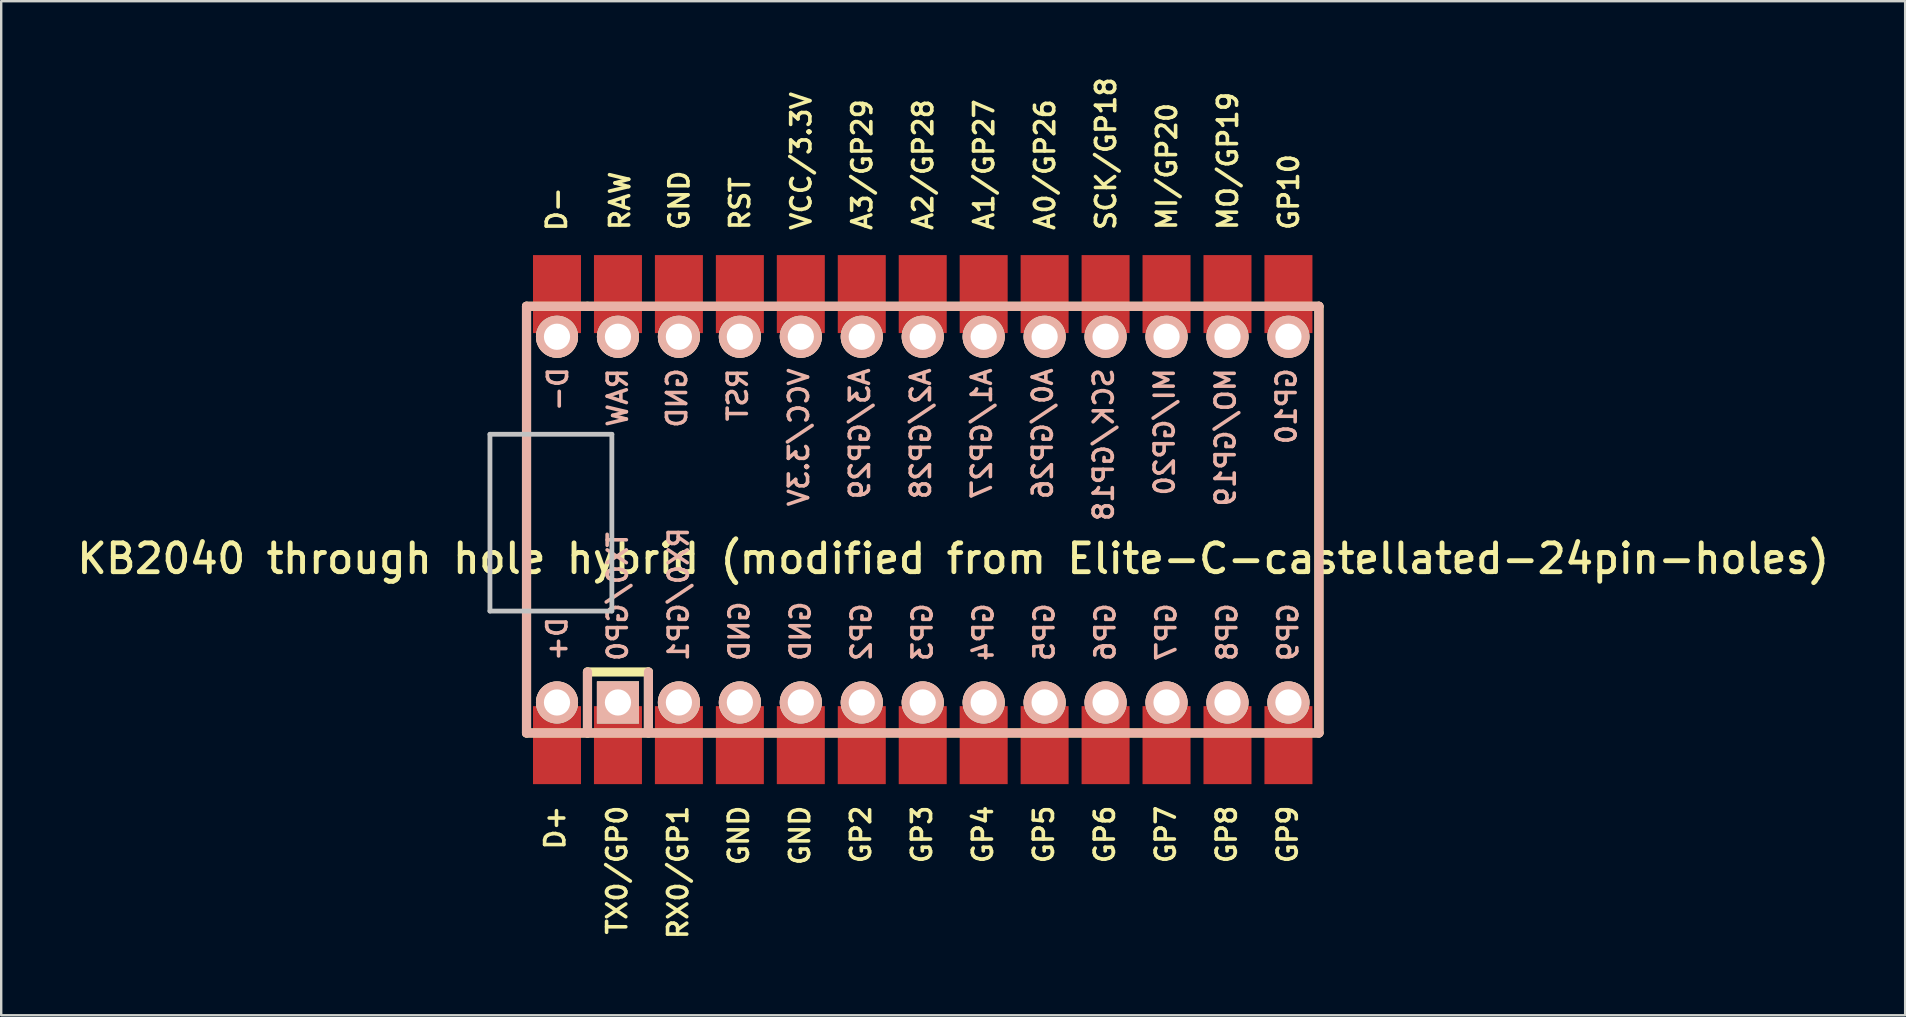
<source format=kicad_pcb>
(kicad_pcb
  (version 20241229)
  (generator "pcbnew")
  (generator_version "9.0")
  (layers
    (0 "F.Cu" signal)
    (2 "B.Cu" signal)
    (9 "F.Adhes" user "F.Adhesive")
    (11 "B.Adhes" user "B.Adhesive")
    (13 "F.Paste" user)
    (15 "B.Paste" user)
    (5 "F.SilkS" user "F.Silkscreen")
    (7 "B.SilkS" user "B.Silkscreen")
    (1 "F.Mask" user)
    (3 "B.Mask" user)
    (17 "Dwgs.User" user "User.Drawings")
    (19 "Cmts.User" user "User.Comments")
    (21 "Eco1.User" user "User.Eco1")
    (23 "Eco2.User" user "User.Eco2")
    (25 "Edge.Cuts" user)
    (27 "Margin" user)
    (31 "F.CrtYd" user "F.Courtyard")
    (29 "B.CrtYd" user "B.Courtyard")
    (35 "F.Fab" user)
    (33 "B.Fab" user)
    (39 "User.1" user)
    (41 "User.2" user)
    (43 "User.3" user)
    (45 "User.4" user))
  (footprint "KB2040 through hole hybrid (modified from Elite-C-castellated-24pin-holes)"
    (layer "F.Cu")
    (at 36.671 18.603)
    (property "Reference" "KB2040 through hole hybrid (modified from Elite-C-castellated-24pin-holes)" (at 0 1.625 0) (layer "F.SilkS") (effects (font (size 1.2 1.2) (thickness 0.203))))
    (attr through_hole)
    (fp_line (start -17.78 -8.89) (end -17.78 8.89) (stroke (width 0.381) (type solid)) (layer "F.SilkS"))
    (fp_line (start -17.78 8.89) (end -15.24 8.89) (stroke (width 0.381) (type solid)) (layer "F.SilkS"))
    (fp_line (start -15.24 -8.89) (end -17.78 -8.89) (stroke (width 0.381) (type solid)) (layer "F.SilkS"))
    (fp_line (start -15.24 6.35) (end -15.24 8.89) (stroke (width 0.381) (type solid)) (layer "F.SilkS"))
    (fp_line (start -15.24 6.35) (end -12.7 6.35) (stroke (width 0.381) (type solid)) (layer "F.SilkS"))
    (fp_line (start -15.24 8.89) (end 15.24 8.89) (stroke (width 0.381) (type solid)) (layer "F.SilkS"))
    (fp_line (start -12.7 6.35) (end -12.7 8.89) (stroke (width 0.381) (type solid)) (layer "F.SilkS"))
    (fp_line (start 15.24 -8.89) (end -15.24 -8.89) (stroke (width 0.381) (type solid)) (layer "F.SilkS"))
    (fp_line (start 15.24 8.89) (end 15.24 -8.89) (stroke (width 0.381) (type solid)) (layer "F.SilkS"))
    (fp_line (start -17.78 -8.89) (end -17.78 8.89) (stroke (width 0.381) (type solid)) (layer "B.SilkS"))
    (fp_line (start -17.78 8.89) (end 15.24 8.89) (stroke (width 0.381) (type solid)) (layer "B.SilkS"))
    (fp_line (start -15.24 6.35) (end -15.24 8.89) (stroke (width 0.381) (type solid)) (layer "B.SilkS"))
    (fp_line (start -12.7 6.35) (end -12.7 8.89) (stroke (width 0.381) (type solid)) (layer "B.SilkS"))
    (fp_line (start 15.24 -8.89) (end -17.78 -8.89) (stroke (width 0.381) (type solid)) (layer "B.SilkS"))
    (fp_line (start 15.24 8.89) (end 15.24 -8.89) (stroke (width 0.381) (type solid)) (layer "B.SilkS"))
    (fp_line (start -19.304 -3.556) (end -14.224 -3.556) (stroke (width 0.2) (type solid)) (layer "Dwgs.User"))
    (fp_line (start -19.304 3.81) (end -19.304 -3.556) (stroke (width 0.2) (type solid)) (layer "Dwgs.User"))
    (fp_line (start -14.224 -3.556) (end -14.224 3.81) (stroke (width 0.2) (type solid)) (layer "Dwgs.User"))
    (fp_line (start -14.224 3.81) (end -19.304 3.81) (stroke (width 0.2) (type solid)) (layer "Dwgs.User"))
    (fp_text user "A2/GP28" (at -1.255 -11.989 90) (layer "F.SilkS") (effects (font (size 0.8 0.8) (thickness 0.15)) (justify left)))
    (fp_text user "RAW" (at -13.885 -11.989 90) (layer "F.SilkS") (effects (font (size 0.8 0.8) (thickness 0.15)) (justify left)))
    (fp_text user "GP4" (at 1.234 11.84 90) (layer "F.SilkS") (effects (font (size 0.8 0.8) (thickness 0.15)) (justify right)))
    (fp_text user "RST" (at -8.884 -11.989 90) (layer "F.SilkS") (effects (font (size 0.8 0.8) (thickness 0.15)) (justify left)))
    (fp_text user "GND" (at -8.936 11.84 90) (layer "F.SilkS") (effects (font (size 0.8 0.8) (thickness 0.15)) (justify right)))
    (fp_text user "A1/GP27" (at 1.285 -11.989 90) (layer "F.SilkS") (effects (font (size 0.8 0.8) (thickness 0.15)) (justify left)))
    (fp_text user "GND" (at -11.415 -11.989 90) (layer "F.SilkS") (effects (font (size 0.8 0.8) (thickness 0.15)) (justify left)))
    (fp_text user "GP7" (at 8.854 11.84 90) (layer "F.SilkS") (effects (font (size 0.8 0.8) (thickness 0.15)) (justify right)))
    (fp_text user "SCK/GP18" (at 6.365 -11.989 90) (layer "F.SilkS") (effects (font (size 0.8 0.8) (thickness 0.15)) (justify left)))
    (fp_text user "MO/GP19" (at 11.445 -11.989 90) (layer "F.SilkS") (effects (font (size 0.8 0.8) (thickness 0.15)) (justify left)))
    (fp_text user "A0/GP26" (at 3.825 -11.989 90) (layer "F.SilkS") (effects (font (size 0.8 0.8) (thickness 0.15)) (justify left)))
    (fp_text user "GP3" (at -1.306 11.84 90) (layer "F.SilkS") (effects (font (size 0.8 0.8) (thickness 0.15)) (justify right)))
    (fp_text user "D-" (at -16.521 -13.93 90) (layer "F.SilkS") (effects (font (size 0.8 0.8) (thickness 0.15)) (justify right)))
    (fp_text user "GP10" (at 13.985 -11.989 90) (layer "F.SilkS") (effects (font (size 0.8 0.8) (thickness 0.15)) (justify left)))
    (fp_text user "GP8" (at 11.394 11.84 90) (layer "F.SilkS") (effects (font (size 0.8 0.8) (thickness 0.15)) (justify right)))
    (fp_text user "TX0/GP0" (at -14.006 11.84 90) (layer "F.SilkS") (effects (font (size 0.8 0.8) (thickness 0.15)) (justify right)))
    (fp_text user "VCC/3.3V" (at -6.335 -11.989 90) (layer "F.SilkS") (effects (font (size 0.8 0.8) (thickness 0.15)) (justify left)))
    (fp_text user "GND" (at -6.386 11.84 90) (layer "F.SilkS") (effects (font (size 0.8 0.8) (thickness 0.15)) (justify right)))
    (fp_text user "RX0/GP1" (at -11.466 11.84 90) (layer "F.SilkS") (effects (font (size 0.8 0.8) (thickness 0.15)) (justify right)))
    (fp_text user "GP2" (at -3.846 11.84 90) (layer "F.SilkS") (effects (font (size 0.8 0.8) (thickness 0.15)) (justify right)))
    (fp_text user "GP9" (at 13.934 11.84 90) (layer "F.SilkS") (effects (font (size 0.8 0.8) (thickness 0.15)) (justify right)))
    (fp_text user "D+" (at -16.589 11.84 90) (layer "F.SilkS") (effects (font (size 0.8 0.8) (thickness 0.15)) (justify right)))
    (fp_text user "MI/GP20" (at 8.905 -11.989 90) (layer "F.SilkS") (effects (font (size 0.8 0.8) (thickness 0.15)) (justify left)))
    (fp_text user "GP6" (at 6.314 11.84 90) (layer "F.SilkS") (effects (font (size 0.8 0.8) (thickness 0.15)) (justify right)))
    (fp_text user "GP5" (at 3.774 11.84 90) (layer "F.SilkS") (effects (font (size 0.8 0.8) (thickness 0.15)) (justify right)))
    (fp_text user "A3/GP29" (at -3.795 -11.989 90) (layer "F.SilkS") (effects (font (size 0.8 0.8) (thickness 0.15)) (justify left)))
    (fp_text user "MO/GP19" (at 11.348 -6.385 270) (layer "B.SilkS") (effects (font (size 0.8 0.8) (thickness 0.15)) (justify left mirror)))
    (fp_text user "GP8" (at 11.418 5.969 270) (layer "B.SilkS") (effects (font (size 0.8 0.8) (thickness 0.15)) (justify right mirror)))
    (fp_text user "A2/GP28" (at -1.352 -6.385 270) (layer "B.SilkS") (effects (font (size 0.8 0.8) (thickness 0.15)) (justify left mirror)))
    (fp_text user "RX0/GP1" (at -11.442 5.969 270) (layer "B.SilkS") (effects (font (size 0.8 0.8) (thickness 0.15)) (justify right mirror)))
    (fp_text user "GP6" (at 6.338 5.969 270) (layer "B.SilkS") (effects (font (size 0.8 0.8) (thickness 0.15)) (justify right mirror)))
    (fp_text user "GND" (at -8.912 5.969 270) (layer "B.SilkS") (effects (font (size 0.8 0.8) (thickness 0.15)) (justify right mirror)))
    (fp_text user "A0/GP26" (at 3.728 -6.385 270) (layer "B.SilkS") (effects (font (size 0.8 0.8) (thickness 0.15)) (justify left mirror)))
    (fp_text user "VCC/3.3V" (at -6.432 -6.385 270) (layer "B.SilkS") (effects (font (size 0.8 0.8) (thickness 0.15)) (justify left mirror)))
    (fp_text user "GP3" (at -1.282 5.969 270) (layer "B.SilkS") (effects (font (size 0.8 0.8) (thickness 0.15)) (justify right mirror)))
    (fp_text user "D+" (at -16.503 5.969 270) (layer "B.SilkS") (effects (font (size 0.8 0.8) (thickness 0.15)) (justify right mirror)))
    (fp_text user "GP7" (at 8.878 5.969 270) (layer "B.SilkS") (effects (font (size 0.8 0.8) (thickness 0.15)) (justify right mirror)))
    (fp_text user "GP2" (at -3.822 5.969 270) (layer "B.SilkS") (effects (font (size 0.8 0.8) (thickness 0.15)) (justify right mirror)))
    (fp_text user "RST" (at -8.981 -6.385 270) (layer "B.SilkS") (effects (font (size 0.8 0.8) (thickness 0.15)) (justify left mirror)))
    (fp_text user "RAW" (at -13.982 -6.385 270) (layer "B.SilkS") (effects (font (size 0.8 0.8) (thickness 0.15)) (justify left mirror)))
    (fp_text user "A3/GP29" (at -3.892 -6.385 270) (layer "B.SilkS") (effects (font (size 0.8 0.8) (thickness 0.15)) (justify left mirror)))
    (fp_text user "GND" (at -11.512 -6.385 270) (layer "B.SilkS") (effects (font (size 0.8 0.8) (thickness 0.15)) (justify left mirror)))
    (fp_text user "TX0/GP0" (at -13.982 5.969 270) (layer "B.SilkS") (effects (font (size 0.8 0.8) (thickness 0.15)) (justify right mirror)))
    (fp_text user "SCK/GP18" (at 6.268 -6.385 270) (layer "B.SilkS") (effects (font (size 0.8 0.8) (thickness 0.15)) (justify left mirror)))
    (fp_text user "GND" (at -6.362 5.969 270) (layer "B.SilkS") (effects (font (size 0.8 0.8) (thickness 0.15)) (justify right mirror)))
    (fp_text user "MI/GP20" (at 8.808 -6.385 270) (layer "B.SilkS") (effects (font (size 0.8 0.8) (thickness 0.15)) (justify left mirror)))
    (fp_text user "GP10" (at 13.888 -6.385 270) (layer "B.SilkS") (effects (font (size 0.8 0.8) (thickness 0.15)) (justify left mirror)))
    (fp_text user "GP4" (at 1.258 5.969 270) (layer "B.SilkS") (effects (font (size 0.8 0.8) (thickness 0.15)) (justify right mirror)))
    (fp_text user "D-" (at -16.474 -4.445 270) (layer "B.SilkS") (effects (font (size 0.8 0.8) (thickness 0.15)) (justify right mirror)))
    (fp_text user "GP5" (at 3.798 5.969 270) (layer "B.SilkS") (effects (font (size 0.8 0.8) (thickness 0.15)) (justify right mirror)))
    (fp_text user "GP9" (at 13.958 5.969 270) (layer "B.SilkS") (effects (font (size 0.8 0.8) (thickness 0.15)) (justify right mirror)))
    (fp_text user "A1/GP27" (at 1.188 -6.385 270) (layer "B.SilkS") (effects (font (size 0.8 0.8) (thickness 0.15)) (justify left mirror)))
    (pad "0" smd rect (at -16.51 9.398) (size 2 3.25) (layers "F.Cu" "F.Mask" "F.Paste"))
    (pad "1" thru_hole rect (at -13.97 7.62) (size 1.753 1.753) (drill 1.092) (layers "*.Cu" "*.SilkS" "*.Mask"))
    (pad "1" smd rect (at -13.97 9.398) (size 2 3.25) (layers "F.Cu" "F.Mask" "F.Paste"))
    (pad "2" thru_hole circle (at -16.51 7.62) (size 1.753 1.753) (drill 1.092) (layers "*.Cu" "*.SilkS" "*.Mask"))
    (pad "2" thru_hole circle (at -11.43 7.62) (size 1.753 1.753) (drill 1.092) (layers "*.Cu" "*.SilkS" "*.Mask"))
    (pad "2" smd rect (at -11.43 9.398) (size 2 3.25) (layers "F.Cu" "F.Mask" "F.Paste"))
    (pad "3" thru_hole circle (at -8.89 7.62) (size 1.753 1.753) (drill 1.092) (layers "*.Cu" "*.SilkS" "*.Mask"))
    (pad "3" smd rect (at -8.89 9.398) (size 2 3.25) (layers "F.Cu" "F.Mask" "F.Paste"))
    (pad "4" thru_hole circle (at -6.35 7.62) (size 1.753 1.753) (drill 1.092) (layers "*.Cu" "*.SilkS" "*.Mask"))
    (pad "4" smd rect (at -6.35 9.398) (size 2 3.25) (layers "F.Cu" "F.Mask" "F.Paste"))
    (pad "5" thru_hole circle (at -3.81 7.62) (size 1.753 1.753) (drill 1.092) (layers "*.Cu" "*.SilkS" "*.Mask"))
    (pad "5" smd rect (at -3.81 9.398) (size 2 3.25) (layers "F.Cu" "F.Mask" "F.Paste"))
    (pad "6" thru_hole circle (at -1.27 7.62) (size 1.753 1.753) (drill 1.092) (layers "*.Cu" "*.SilkS" "*.Mask"))
    (pad "6" smd rect (at -1.27 9.398) (size 2 3.25) (layers "F.Cu" "F.Mask" "F.Paste"))
    (pad "7" thru_hole circle (at 1.27 7.62) (size 1.753 1.753) (drill 1.092) (layers "*.Cu" "*.SilkS" "*.Mask"))
    (pad "7" smd rect (at 1.27 9.398) (size 2 3.25) (layers "F.Cu" "F.Mask" "F.Paste"))
    (pad "8" thru_hole circle (at 3.81 7.62) (size 1.753 1.753) (drill 1.092) (layers "*.Cu" "*.SilkS" "*.Mask"))
    (pad "8" smd rect (at 3.81 9.398) (size 2 3.25) (layers "F.Cu" "F.Mask" "F.Paste"))
    (pad "9" thru_hole circle (at 6.35 7.62) (size 1.753 1.753) (drill 1.092) (layers "*.Cu" "*.SilkS" "*.Mask"))
    (pad "9" smd rect (at 6.35 9.398) (size 2 3.25) (layers "F.Cu" "F.Mask" "F.Paste"))
    (pad "10" thru_hole circle (at 8.89 7.62) (size 1.753 1.753) (drill 1.092) (layers "*.Cu" "*.SilkS" "*.Mask"))
    (pad "10" smd rect (at 8.89 9.398) (size 2 3.25) (layers "F.Cu" "F.Mask" "F.Paste"))
    (pad "11" thru_hole circle (at 11.43 7.62) (size 1.753 1.753) (drill 1.092) (layers "*.Cu" "*.SilkS" "*.Mask"))
    (pad "11" smd rect (at 11.43 9.398) (size 2 3.25) (layers "F.Cu" "F.Mask" "F.Paste"))
    (pad "12" thru_hole circle (at 13.97 7.62) (size 1.753 1.753) (drill 1.092) (layers "*.Cu" "*.SilkS" "*.Mask"))
    (pad "12" smd rect (at 13.97 9.398) (size 2 3.25) (layers "F.Cu" "F.Mask" "F.Paste"))
    (pad "13" smd rect (at 13.97 -9.398) (size 2 3.25) (layers "F.Cu" "F.Mask" "F.Paste"))
    (pad "13" thru_hole circle (at 13.97 -7.62) (size 1.753 1.753) (drill 1.092) (layers "*.Cu" "*.SilkS" "*.Mask"))
    (pad "14" smd rect (at 11.43 -9.398) (size 2 3.25) (layers "F.Cu" "F.Mask" "F.Paste"))
    (pad "14" thru_hole circle (at 11.43 -7.62) (size 1.753 1.753) (drill 1.092) (layers "*.Cu" "*.SilkS" "*.Mask"))
    (pad "15" smd rect (at 8.89 -9.398) (size 2 3.25) (layers "F.Cu" "F.Mask" "F.Paste"))
    (pad "15" thru_hole circle (at 8.89 -7.62) (size 1.753 1.753) (drill 1.092) (layers "*.Cu" "*.SilkS" "*.Mask"))
    (pad "16" smd rect (at 6.35 -9.398) (size 2 3.25) (layers "F.Cu" "F.Mask" "F.Paste"))
    (pad "16" thru_hole circle (at 6.35 -7.62) (size 1.753 1.753) (drill 1.092) (layers "*.Cu" "*.SilkS" "*.Mask"))
    (pad "17" smd rect (at 3.81 -9.398) (size 2 3.25) (layers "F.Cu" "F.Mask" "F.Paste"))
    (pad "17" thru_hole circle (at 3.81 -7.62) (size 1.753 1.753) (drill 1.092) (layers "*.Cu" "*.SilkS" "*.Mask"))
    (pad "18" smd rect (at 1.27 -9.398) (size 2 3.25) (layers "F.Cu" "F.Mask" "F.Paste"))
    (pad "18" thru_hole circle (at 1.27 -7.62) (size 1.753 1.753) (drill 1.092) (layers "*.Cu" "*.SilkS" "*.Mask"))
    (pad "19" smd rect (at -1.27 -9.398) (size 2 3.25) (layers "F.Cu" "F.Mask" "F.Paste"))
    (pad "19" thru_hole circle (at -1.27 -7.62) (size 1.753 1.753) (drill 1.092) (layers "*.Cu" "*.SilkS" "*.Mask"))
    (pad "20" smd rect (at -3.81 -9.398) (size 2 3.25) (layers "F.Cu" "F.Mask" "F.Paste"))
    (pad "20" thru_hole circle (at -3.81 -7.62) (size 1.753 1.753) (drill 1.092) (layers "*.Cu" "*.SilkS" "*.Mask"))
    (pad "21" smd rect (at -6.35 -9.398) (size 2 3.25) (layers "F.Cu" "F.Mask" "F.Paste"))
    (pad "21" thru_hole circle (at -6.35 -7.62) (size 1.753 1.753) (drill 1.092) (layers "*.Cu" "*.SilkS" "*.Mask"))
    (pad "22" smd rect (at -8.89 -9.398) (size 2 3.25) (layers "F.Cu" "F.Mask" "F.Paste"))
    (pad "22" thru_hole circle (at -8.89 -7.62) (size 1.753 1.753) (drill 1.092) (layers "*.Cu" "*.SilkS" "*.Mask"))
    (pad "23" smd rect (at -11.43 -9.398) (size 2 3.25) (layers "F.Cu" "F.Mask" "F.Paste"))
    (pad "23" thru_hole circle (at -11.43 -7.62) (size 1.753 1.753) (drill 1.092) (layers "*.Cu" "*.SilkS" "*.Mask"))
    (pad "24" thru_hole circle (at -16.51 -7.62) (size 1.753 1.753) (drill 1.092) (layers "*.Cu" "*.SilkS" "*.Mask"))
    (pad "24" smd rect (at -13.97 -9.398) (size 2 3.25) (layers "F.Cu" "F.Mask" "F.Paste"))
    (pad "24" thru_hole circle (at -13.97 -7.62) (size 1.753 1.753) (drill 1.092) (layers "*.Cu" "*.SilkS" "*.Mask"))
    (pad "25" smd rect (at -16.51 -9.398) (size 2 3.25) (layers "F.Cu" "F.Mask" "F.Paste")))
  (gr_rect
    (start -3 -3)
    (end 76.341 39.257)
    (stroke (width 0.1) (type default))
    (fill no)
    (layer "Edge.Cuts")))
</source>
